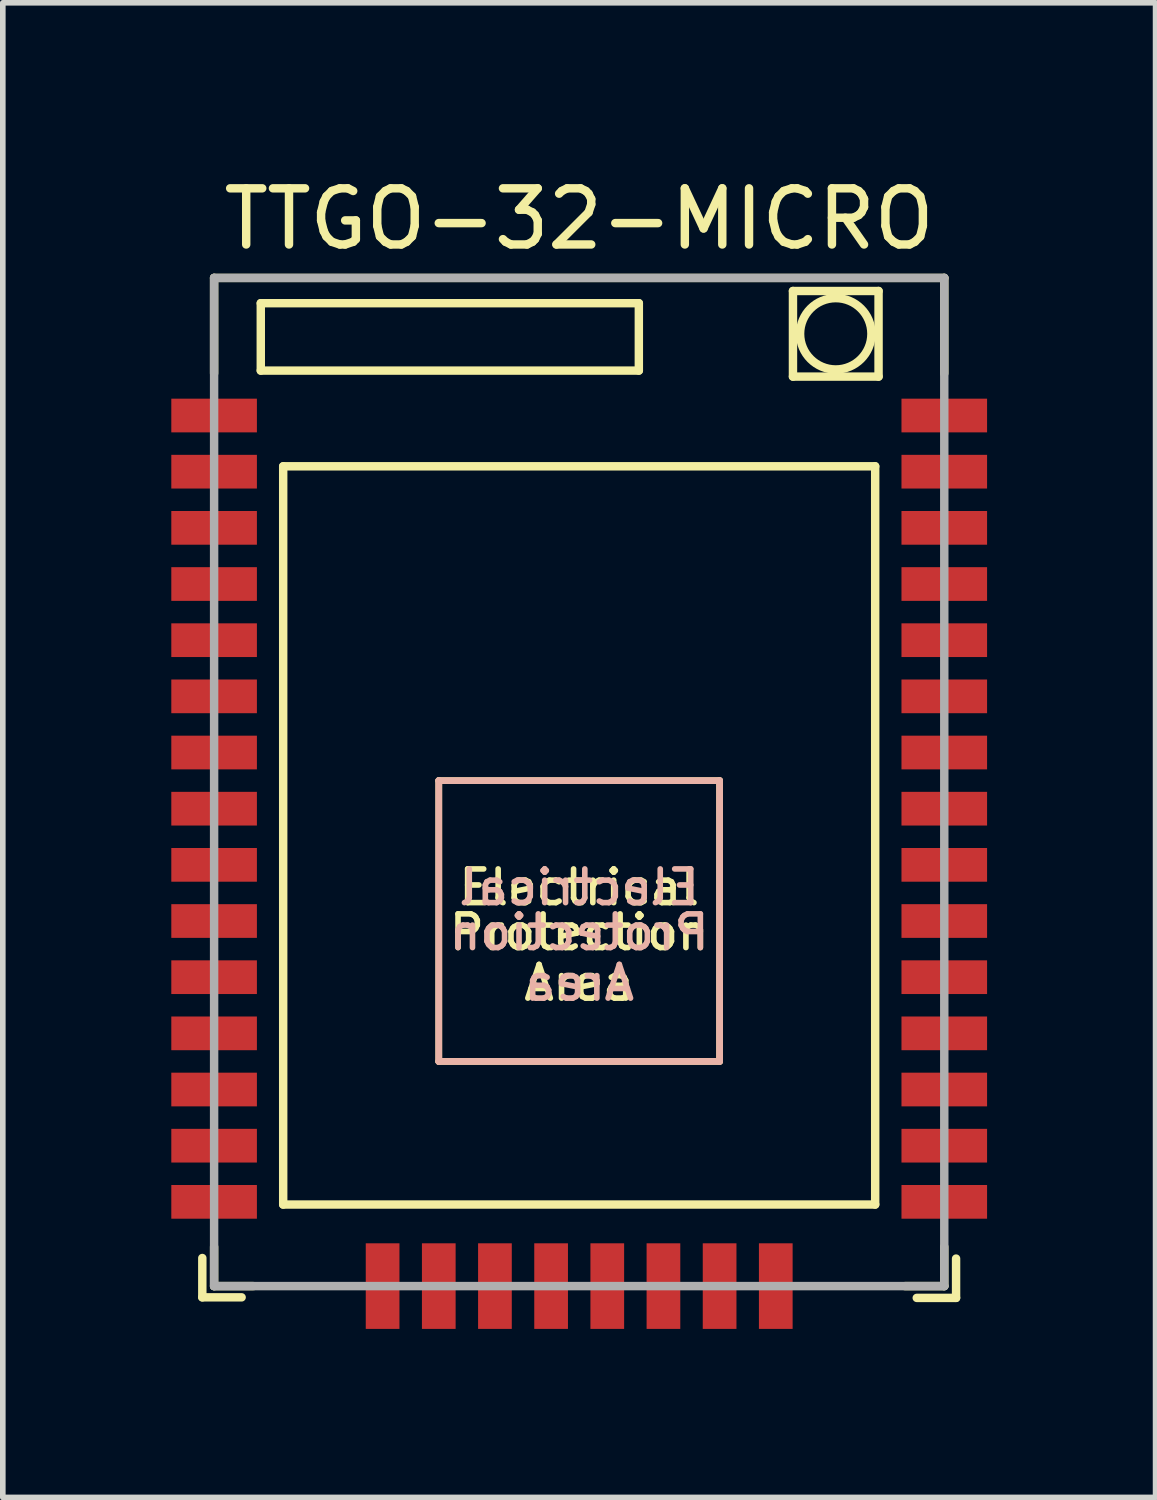
<source format=kicad_pcb>
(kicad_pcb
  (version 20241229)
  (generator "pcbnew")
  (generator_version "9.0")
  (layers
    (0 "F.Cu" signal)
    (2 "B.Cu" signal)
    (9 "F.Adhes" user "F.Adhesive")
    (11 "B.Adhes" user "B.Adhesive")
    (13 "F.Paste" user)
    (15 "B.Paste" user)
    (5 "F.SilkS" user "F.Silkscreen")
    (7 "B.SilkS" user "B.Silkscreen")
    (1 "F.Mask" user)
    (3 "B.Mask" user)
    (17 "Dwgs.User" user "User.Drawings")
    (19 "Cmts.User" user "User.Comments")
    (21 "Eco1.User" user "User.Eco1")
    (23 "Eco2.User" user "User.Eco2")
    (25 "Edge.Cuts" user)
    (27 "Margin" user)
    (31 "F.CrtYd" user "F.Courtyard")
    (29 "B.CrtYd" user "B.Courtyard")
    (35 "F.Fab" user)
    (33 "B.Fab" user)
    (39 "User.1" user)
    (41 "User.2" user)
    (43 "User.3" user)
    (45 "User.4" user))
  (footprint "TTGO-32-MICRO"
    (layer "F.Cu")
    (at 7.262 11.348)
    (property "Reference" "TTGO-32-MICRO" (at 0 -10.5 0) (layer "F.SilkS") (effects (font (size 1 1) (thickness 0.15))))
    (attr through_hole)
    (fp_line (start -6.71 8) (end -6.71 8.7) (stroke (width 0.15) (type solid)) (layer "F.SilkS"))
    (fp_line (start -6.5 -9.45) (end 6.5 -9.45) (stroke (width 0.15) (type solid)) (layer "F.SilkS"))
    (fp_line (start -6.5 -7.75) (end -6.5 -9.45) (stroke (width 0.15) (type solid)) (layer "F.SilkS"))
    (fp_line (start -6.5 7.8) (end -6.5 8.5) (stroke (width 0.15) (type solid)) (layer "F.SilkS"))
    (fp_line (start -6.01 8.7) (end -6.71 8.7) (stroke (width 0.15) (type solid)) (layer "F.SilkS"))
    (fp_line (start -5.8 8.5) (end -6.5 8.5) (stroke (width 0.15) (type solid)) (layer "F.SilkS"))
    (fp_line (start -5.669 -9) (end -5.669 -7.8) (stroke (width 0.15) (type solid)) (layer "F.SilkS"))
    (fp_line (start -5.669 -7.8) (end 1.062 -7.8) (stroke (width 0.15) (type solid)) (layer "F.SilkS"))
    (fp_line (start -5.27 -6.096) (end 5.27 -6.096) (stroke (width 0.15) (type solid)) (layer "F.SilkS"))
    (fp_line (start -5.27 7.048) (end -5.27 -6.096) (stroke (width 0.15) (type solid)) (layer "F.SilkS"))
    (fp_line (start -2.5 -0.5) (end 2.5 -0.5) (stroke (width 0.12) (type solid)) (layer "F.SilkS"))
    (fp_line (start -2.5 4.5) (end -2.5 -0.5) (stroke (width 0.12) (type solid)) (layer "F.SilkS"))
    (fp_line (start 1.062 -9) (end -5.669 -9) (stroke (width 0.15) (type solid)) (layer "F.SilkS"))
    (fp_line (start 1.062 -7.8) (end 1.062 -9) (stroke (width 0.15) (type solid)) (layer "F.SilkS"))
    (fp_line (start 2.5 -0.5) (end 2.5 4.5) (stroke (width 0.12) (type solid)) (layer "F.SilkS"))
    (fp_line (start 2.5 4.5) (end -2.5 4.5) (stroke (width 0.12) (type solid)) (layer "F.SilkS"))
    (fp_line (start 3.806 -9.217) (end 5.33 -9.217) (stroke (width 0.15) (type solid)) (layer "F.SilkS"))
    (fp_line (start 3.806 -7.693) (end 3.806 -9.217) (stroke (width 0.15) (type solid)) (layer "F.SilkS"))
    (fp_line (start 5.27 -6.096) (end 5.27 7.048) (stroke (width 0.15) (type solid)) (layer "F.SilkS"))
    (fp_line (start 5.27 7.048) (end -5.27 7.048) (stroke (width 0.15) (type solid)) (layer "F.SilkS"))
    (fp_line (start 5.33 -9.217) (end 5.33 -7.693) (stroke (width 0.15) (type solid)) (layer "F.SilkS"))
    (fp_line (start 5.33 -7.693) (end 3.806 -7.693) (stroke (width 0.15) (type solid)) (layer "F.SilkS"))
    (fp_line (start 5.8 8.5) (end 6.5 8.5) (stroke (width 0.15) (type solid)) (layer "F.SilkS"))
    (fp_line (start 6.01 8.71) (end 6.71 8.71) (stroke (width 0.15) (type solid)) (layer "F.SilkS"))
    (fp_line (start 6.5 -7.75) (end 6.5 -9.45) (stroke (width 0.15) (type solid)) (layer "F.SilkS"))
    (fp_line (start 6.5 7.8) (end 6.5 8.5) (stroke (width 0.15) (type solid)) (layer "F.SilkS"))
    (fp_line (start 6.71 8.01) (end 6.71 8.71) (stroke (width 0.15) (type solid)) (layer "F.SilkS"))
    (fp_circle (center 4.568 -8.455) (end 5.076 -8.074) (stroke (width 0.15) (type solid)) (fill no) (layer "F.SilkS"))
    (fp_line (start -2.5 -0.5) (end 2.5 -0.5) (stroke (width 0.12) (type solid)) (layer "B.SilkS"))
    (fp_line (start -2.5 4.5) (end -2.5 -0.5) (stroke (width 0.12) (type solid)) (layer "B.SilkS"))
    (fp_line (start 2.5 -0.5) (end 2.5 4.5) (stroke (width 0.12) (type solid)) (layer "B.SilkS"))
    (fp_line (start 2.5 4.5) (end -2.5 4.5) (stroke (width 0.12) (type solid)) (layer "B.SilkS"))
    (fp_line (start -6.5 -9.45) (end -6.5 8.5) (stroke (width 0.15) (type solid)) (layer "F.Fab"))
    (fp_line (start -6.5 -9.45) (end 6.5 -9.45) (stroke (width 0.15) (type solid)) (layer "F.Fab"))
    (fp_line (start -6.5 8.5) (end 6.5 8.5) (stroke (width 0.15) (type solid)) (layer "F.Fab"))
    (fp_line (start 6.5 -9.45) (end 6.5 8.5) (stroke (width 0.15) (type solid)) (layer "F.Fab"))
    (fp_text user "Area" (at 0 3.1 0) (layer "F.SilkS") (effects (font (size 0.6 0.6) (thickness 0.1))))
    (fp_text user "Protection" (at 0 2.2 0) (layer "F.SilkS") (effects (font (size 0.6 0.6) (thickness 0.1))))
    (fp_text user "Electrical" (at 0 1.4 0) (layer "F.SilkS") (effects (font (size 0.6 0.6) (thickness 0.1))))
    (fp_text user "Area" (at 0 3.1 0) (layer "B.SilkS") (effects (font (size 0.6 0.6) (thickness 0.1)) (justify mirror)))
    (fp_text user "Protection" (at 0 2.2 0) (layer "B.SilkS") (effects (font (size 0.6 0.6) (thickness 0.1)) (justify mirror)))
    (fp_text user "Electrical" (at 0 1.4 0) (layer "B.SilkS") (effects (font (size 0.6 0.6) (thickness 0.1)) (justify mirror)))
    (pad "1" smd rect (at -6.5 -7) (size 1.524 0.6) (layers "F.Cu" "F.Mask" "F.Paste"))
    (pad "2" smd rect (at -6.5 -6) (size 1.524 0.6) (layers "F.Cu" "F.Mask" "F.Paste"))
    (pad "3" smd rect (at -6.5 -5) (size 1.524 0.6) (layers "F.Cu" "F.Mask" "F.Paste"))
    (pad "4" smd rect (at -6.5 -4) (size 1.524 0.6) (layers "F.Cu" "F.Mask" "F.Paste"))
    (pad "5" smd rect (at -6.5 -3) (size 1.524 0.6) (layers "F.Cu" "F.Mask" "F.Paste"))
    (pad "6" smd rect (at -6.5 -2) (size 1.524 0.6) (layers "F.Cu" "F.Mask" "F.Paste"))
    (pad "7" smd rect (at -6.5 -1) (size 1.524 0.6) (layers "F.Cu" "F.Mask" "F.Paste"))
    (pad "8" smd rect (at -6.5 0) (size 1.524 0.6) (layers "F.Cu" "F.Mask" "F.Paste"))
    (pad "9" smd rect (at -6.5 1) (size 1.524 0.6) (layers "F.Cu" "F.Mask" "F.Paste"))
    (pad "10" smd rect (at -6.5 2) (size 1.524 0.6) (layers "F.Cu" "F.Mask" "F.Paste"))
    (pad "11" smd rect (at -6.5 3) (size 1.524 0.6) (layers "F.Cu" "F.Mask" "F.Paste"))
    (pad "12" smd rect (at -6.5 4) (size 1.524 0.6) (layers "F.Cu" "F.Mask" "F.Paste"))
    (pad "13" smd rect (at -6.5 5) (size 1.524 0.6) (layers "F.Cu" "F.Mask" "F.Paste"))
    (pad "14" smd rect (at -6.5 6) (size 1.524 0.6) (layers "F.Cu" "F.Mask" "F.Paste"))
    (pad "15" smd rect (at -6.5 7) (size 1.524 0.6) (layers "F.Cu" "F.Mask" "F.Paste"))
    (pad "16" smd rect (at -3.5 8.5 90) (size 1.524 0.6) (layers "F.Cu" "F.Mask" "F.Paste"))
    (pad "17" smd rect (at -2.5 8.5 90) (size 1.524 0.6) (layers "F.Cu" "F.Mask" "F.Paste"))
    (pad "18" smd rect (at -1.5 8.5 90) (size 1.524 0.6) (layers "F.Cu" "F.Mask" "F.Paste"))
    (pad "19" smd rect (at -0.5 8.5 90) (size 1.524 0.6) (layers "F.Cu" "F.Mask" "F.Paste"))
    (pad "20" smd rect (at 0.5 8.5 90) (size 1.524 0.6) (layers "F.Cu" "F.Mask" "F.Paste"))
    (pad "21" smd rect (at 1.5 8.5 90) (size 1.524 0.6) (layers "F.Cu" "F.Mask" "F.Paste"))
    (pad "22" smd rect (at 2.5 8.5 90) (size 1.524 0.6) (layers "F.Cu" "F.Mask" "F.Paste"))
    (pad "23" smd rect (at 3.5 8.5 90) (size 1.524 0.6) (layers "F.Cu" "F.Mask" "F.Paste"))
    (pad "24" smd rect (at 6.5 7) (size 1.524 0.6) (layers "F.Cu" "F.Mask" "F.Paste"))
    (pad "25" smd rect (at 6.5 6) (size 1.524 0.6) (layers "F.Cu" "F.Mask" "F.Paste"))
    (pad "26" smd rect (at 6.5 5) (size 1.524 0.6) (layers "F.Cu" "F.Mask" "F.Paste"))
    (pad "27" smd rect (at 6.5 4) (size 1.524 0.6) (layers "F.Cu" "F.Mask" "F.Paste"))
    (pad "28" smd rect (at 6.5 3) (size 1.524 0.6) (layers "F.Cu" "F.Mask" "F.Paste"))
    (pad "29" smd rect (at 6.5 2) (size 1.524 0.6) (layers "F.Cu" "F.Mask" "F.Paste"))
    (pad "30" smd rect (at 6.5 1) (size 1.524 0.6) (layers "F.Cu" "F.Mask" "F.Paste"))
    (pad "31" smd rect (at 6.5 0) (size 1.524 0.6) (layers "F.Cu" "F.Mask" "F.Paste"))
    (pad "32" smd rect (at 6.5 -1) (size 1.524 0.6) (layers "F.Cu" "F.Mask" "F.Paste"))
    (pad "33" smd rect (at 6.5 -2) (size 1.524 0.6) (layers "F.Cu" "F.Mask" "F.Paste"))
    (pad "34" smd rect (at 6.5 -3) (size 1.524 0.6) (layers "F.Cu" "F.Mask" "F.Paste"))
    (pad "35" smd rect (at 6.5 -4) (size 1.524 0.6) (layers "F.Cu" "F.Mask" "F.Paste"))
    (pad "36" smd rect (at 6.5 -5) (size 1.524 0.6) (layers "F.Cu" "F.Mask" "F.Paste"))
    (pad "37" smd rect (at 6.5 -6) (size 1.524 0.6) (layers "F.Cu" "F.Mask" "F.Paste"))
    (pad "38" smd rect (at 6.5 -7) (size 1.524 0.6) (layers "F.Cu" "F.Mask" "F.Paste")))
  (gr_rect
    (start -3 -3)
    (end 17.524 23.61)
    (stroke (width 0.1) (type default))
    (fill no)
    (layer "Edge.Cuts")))
</source>
